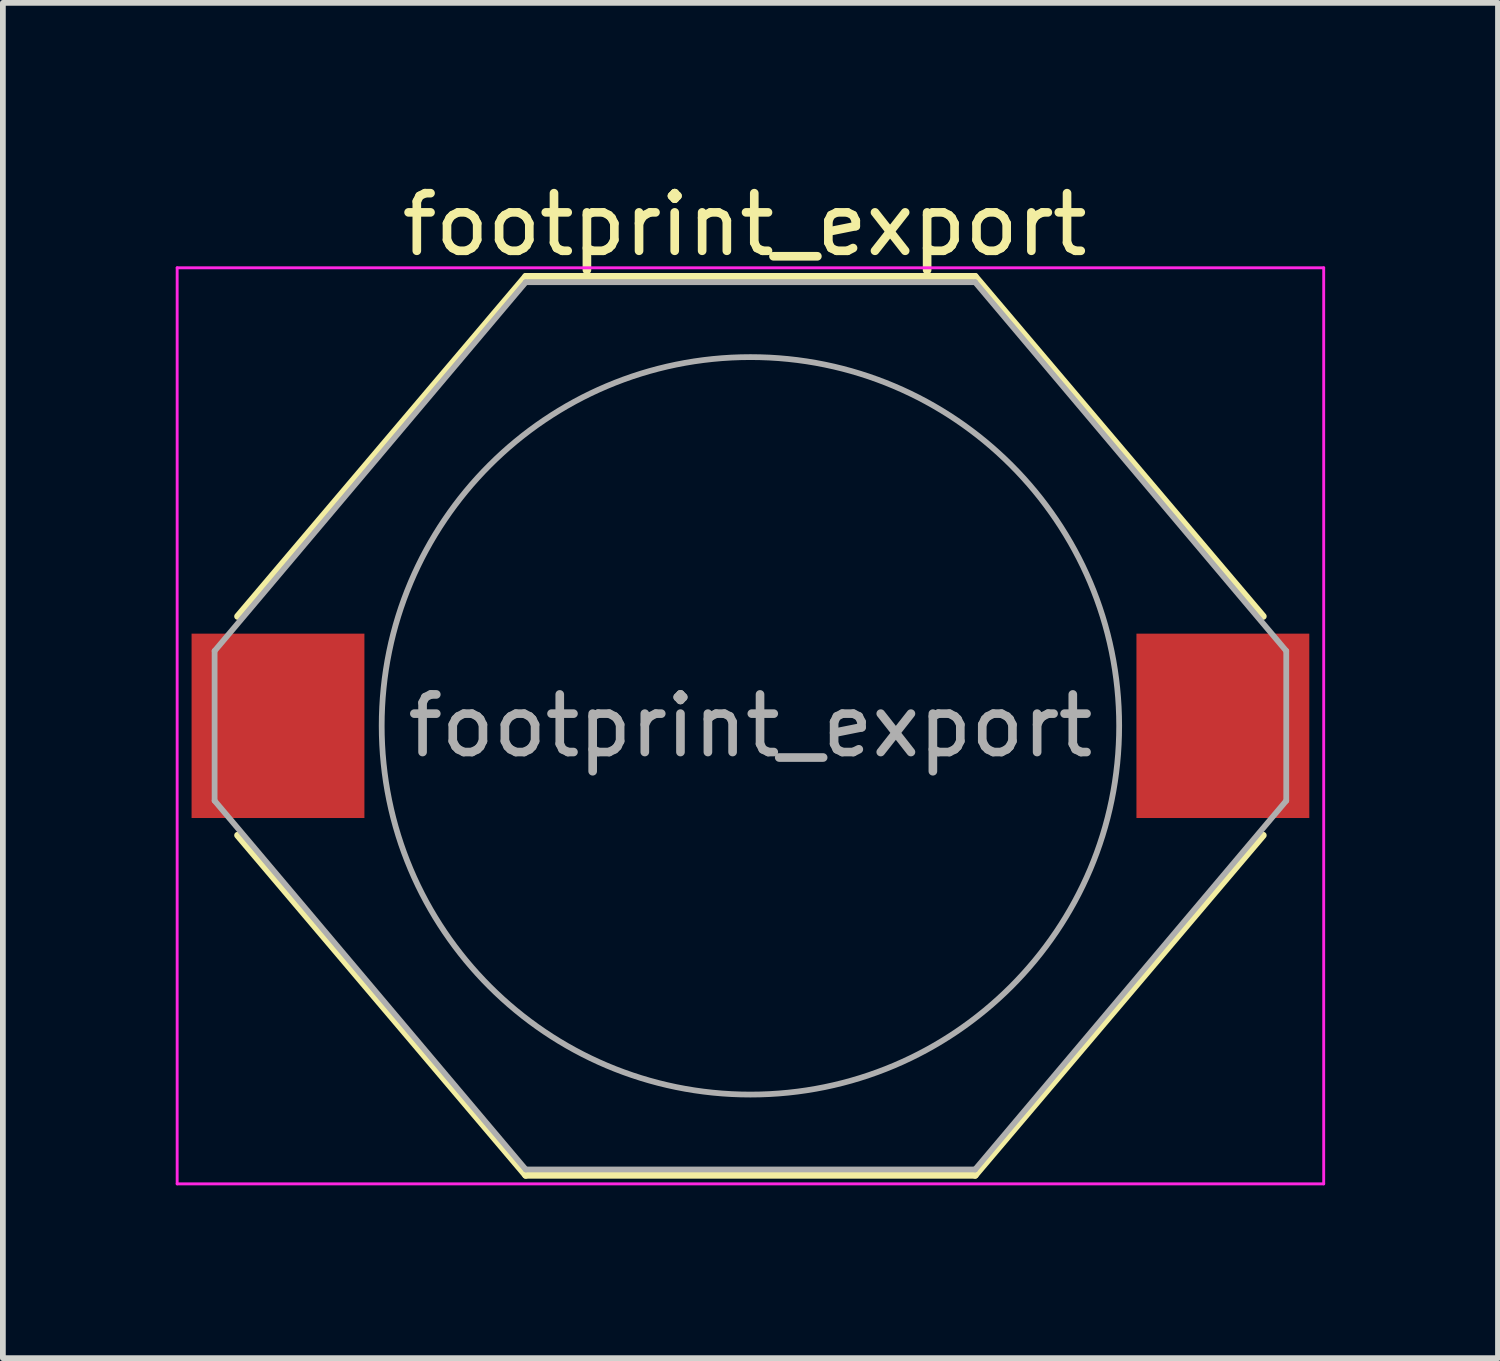
<source format=kicad_pcb>
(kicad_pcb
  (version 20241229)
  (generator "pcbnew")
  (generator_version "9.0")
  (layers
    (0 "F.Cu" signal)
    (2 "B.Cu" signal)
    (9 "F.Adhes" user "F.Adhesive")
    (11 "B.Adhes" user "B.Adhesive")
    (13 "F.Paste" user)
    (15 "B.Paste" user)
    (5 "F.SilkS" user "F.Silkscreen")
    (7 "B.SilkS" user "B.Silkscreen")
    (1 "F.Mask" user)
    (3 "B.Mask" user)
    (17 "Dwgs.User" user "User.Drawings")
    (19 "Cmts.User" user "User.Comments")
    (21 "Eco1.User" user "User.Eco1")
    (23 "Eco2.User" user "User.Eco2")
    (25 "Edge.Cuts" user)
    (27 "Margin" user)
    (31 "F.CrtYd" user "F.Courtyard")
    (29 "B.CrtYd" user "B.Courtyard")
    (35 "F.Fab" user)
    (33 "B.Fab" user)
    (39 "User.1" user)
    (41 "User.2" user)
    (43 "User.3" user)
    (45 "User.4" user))
  (footprint "footprint_export"
    (layer "F.Cu")
    (at 9.975 9.548)
    (property "Reference" "footprint_export" (at -0.1 -8.7 0) (layer "F.SilkS") (effects (font (size 1 1) (thickness 0.15))))
    (attr smd)
    (fp_line (start -8.9 1.9) (end -3.9 7.8) (stroke (width 0.12) (type solid)) (layer "F.SilkS"))
    (fp_line (start -3.9 -7.8) (end -8.9 -1.9) (stroke (width 0.12) (type solid)) (layer "F.SilkS"))
    (fp_line (start -3.9 -7.8) (end 3.9 -7.8) (stroke (width 0.12) (type solid)) (layer "F.SilkS"))
    (fp_line (start -3.9 7.8) (end 3.9 7.8) (stroke (width 0.12) (type solid)) (layer "F.SilkS"))
    (fp_line (start 3.9 -7.8) (end 8.9 -1.9) (stroke (width 0.12) (type solid)) (layer "F.SilkS"))
    (fp_line (start 3.9 7.8) (end 8.9 1.9) (stroke (width 0.12) (type solid)) (layer "F.SilkS"))
    (fp_line (start -9.95 -7.95) (end -9.95 7.95) (stroke (width 0.05) (type solid)) (layer "F.CrtYd"))
    (fp_line (start -9.95 -7.95) (end 9.95 -7.95) (stroke (width 0.05) (type solid)) (layer "F.CrtYd"))
    (fp_line (start 9.95 7.95) (end -9.95 7.95) (stroke (width 0.05) (type solid)) (layer "F.CrtYd"))
    (fp_line (start 9.95 7.95) (end 9.95 -7.95) (stroke (width 0.05) (type solid)) (layer "F.CrtYd"))
    (fp_line (start -9.3 -1.3) (end -3.9 -7.7) (stroke (width 0.1) (type solid)) (layer "F.Fab"))
    (fp_line (start -9.3 1.3) (end -9.3 -1.3) (stroke (width 0.1) (type solid)) (layer "F.Fab"))
    (fp_line (start -3.9 -7.7) (end 3.9 -7.7) (stroke (width 0.1) (type solid)) (layer "F.Fab"))
    (fp_line (start -3.9 7.7) (end -9.3 1.3) (stroke (width 0.1) (type solid)) (layer "F.Fab"))
    (fp_line (start 3.9 -7.7) (end 9.3 -1.3) (stroke (width 0.1) (type solid)) (layer "F.Fab"))
    (fp_line (start 3.9 7.7) (end -3.9 7.7) (stroke (width 0.1) (type solid)) (layer "F.Fab"))
    (fp_line (start 9.3 -1.3) (end 9.3 1.3) (stroke (width 0.1) (type solid)) (layer "F.Fab"))
    (fp_line (start 9.3 1.3) (end 3.9 7.7) (stroke (width 0.1) (type solid)) (layer "F.Fab"))
    (fp_circle (center 0 0) (end -6.4 0) (stroke (width 0.1) (type solid)) (fill no) (layer "F.Fab"))
    (fp_text user "${REFERENCE}" (at 0 0 0) (layer "F.Fab") (effects (font (size 1 1) (thickness 0.15))))
    (pad "1" smd rect (at -8.2 0 180) (size 3 3.2) (layers "F.Cu" "F.Mask" "F.Paste"))
    (pad "2" smd rect (at 8.2 0) (size 3 3.2) (layers "F.Cu" "F.Mask" "F.Paste")))
  (gr_rect
    (start -3 -3)
    (end 22.95 20.523)
    (stroke (width 0.1) (type default))
    (fill no)
    (layer "Edge.Cuts")))
</source>
